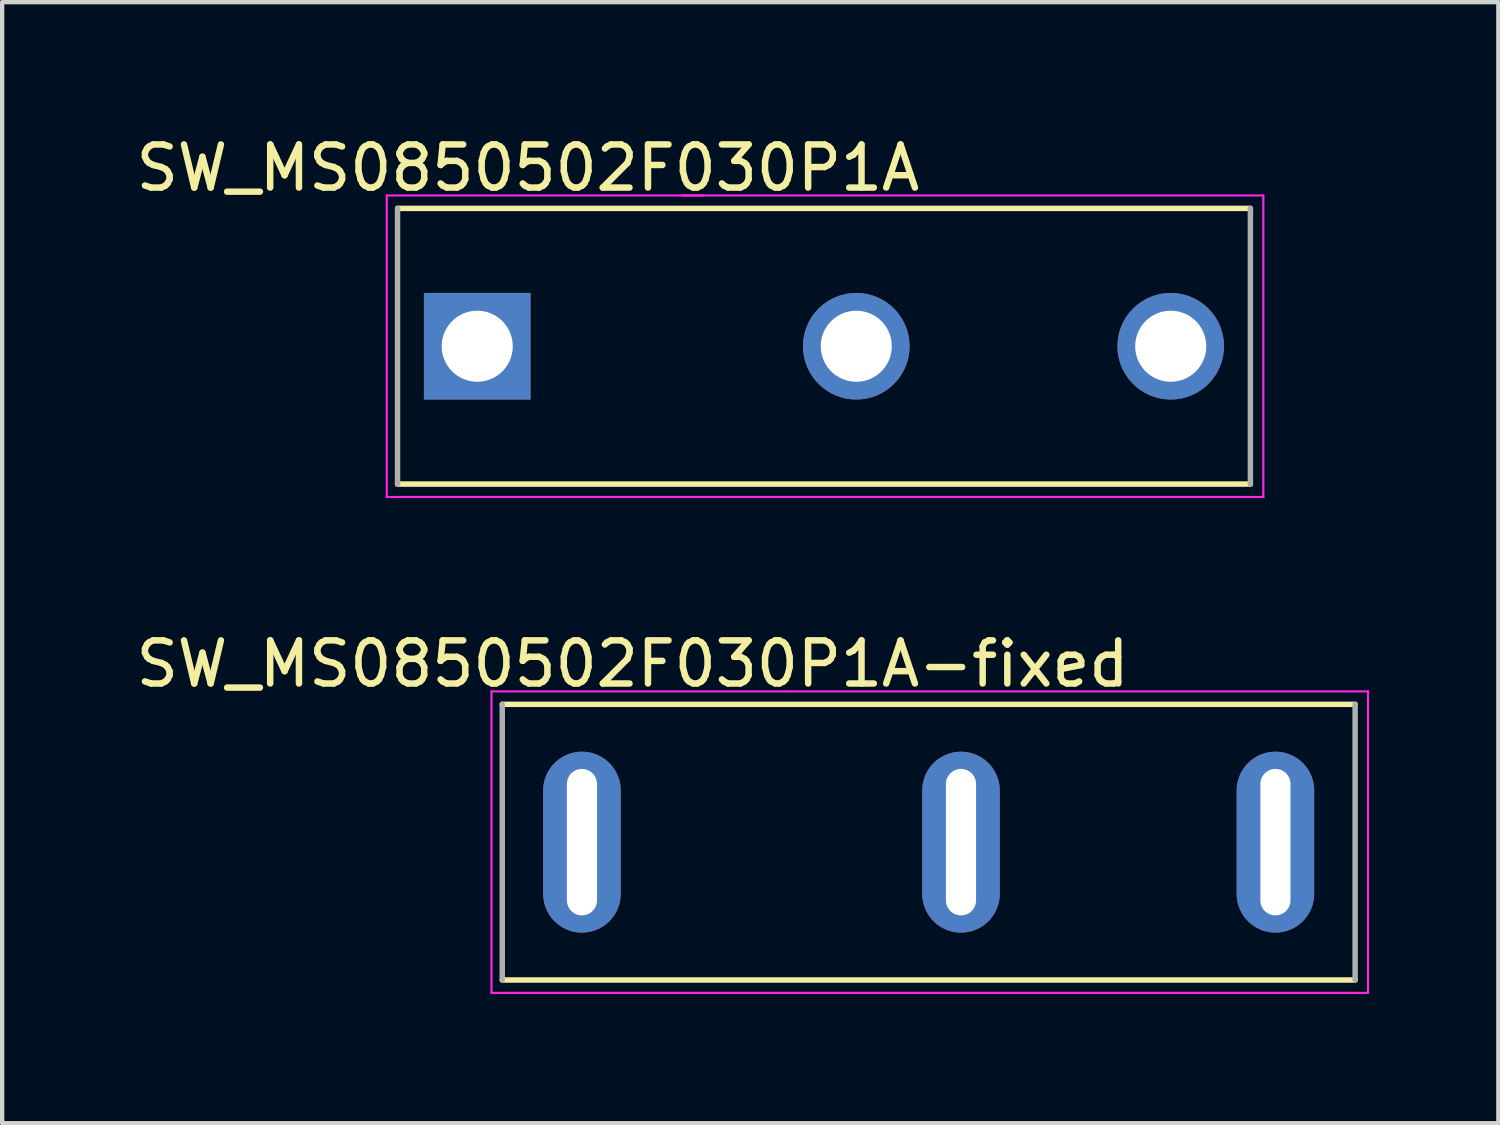
<source format=kicad_pcb>
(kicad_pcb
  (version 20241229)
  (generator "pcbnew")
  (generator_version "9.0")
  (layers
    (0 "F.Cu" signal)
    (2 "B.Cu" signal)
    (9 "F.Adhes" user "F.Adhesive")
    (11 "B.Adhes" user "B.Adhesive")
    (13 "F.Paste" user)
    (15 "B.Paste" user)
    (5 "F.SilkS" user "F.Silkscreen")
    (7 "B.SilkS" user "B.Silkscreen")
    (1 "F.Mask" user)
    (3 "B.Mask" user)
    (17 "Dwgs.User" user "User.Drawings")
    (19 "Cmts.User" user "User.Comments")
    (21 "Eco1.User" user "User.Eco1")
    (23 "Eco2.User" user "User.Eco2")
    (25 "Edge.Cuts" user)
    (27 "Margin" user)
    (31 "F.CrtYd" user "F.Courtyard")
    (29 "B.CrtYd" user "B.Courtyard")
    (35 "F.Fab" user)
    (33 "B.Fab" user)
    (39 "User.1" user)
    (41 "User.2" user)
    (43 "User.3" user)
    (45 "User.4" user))
  (footprint "SW_MS0850502F030P1A-fixed"
    (layer "F.Cu")
    (at 10.46 16.501)
    (property "Reference" "SW_MS0850502F030P1A-fixed" (at 1.176 -4.139 180) (layer "F.SilkS") (effects (font (size 1.001 1.001) (thickness 0.15))))
    (attr through_hole)
    (fp_line (start -1.85 -3.2) (end 17.95 -3.2) (stroke (width 0.127) (type solid)) (layer "F.SilkS"))
    (fp_line (start 17.95 3.2) (end -1.85 3.2) (stroke (width 0.127) (type solid)) (layer "F.SilkS"))
    (fp_line (start -2.1 -3.5) (end -2.1 3.5) (stroke (width 0.05) (type solid)) (layer "F.CrtYd"))
    (fp_line (start -2.1 3.5) (end 18.25 3.5) (stroke (width 0.05) (type solid)) (layer "F.CrtYd"))
    (fp_line (start 4.75 -3.5) (end -2.1 -3.5) (stroke (width 0.05) (type solid)) (layer "F.CrtYd"))
    (fp_line (start 18.25 -3.5) (end 4.75 -3.5) (stroke (width 0.05) (type solid)) (layer "F.CrtYd"))
    (fp_line (start 18.25 3.5) (end 18.25 -3.5) (stroke (width 0.05) (type solid)) (layer "F.CrtYd"))
    (fp_line (start -1.85 3.2) (end -1.85 -3.2) (stroke (width 0.127) (type solid)) (layer "F.Fab"))
    (fp_line (start 17.95 -3.2) (end 17.95 3.2) (stroke (width 0.127) (type solid)) (layer "F.Fab"))
    (pad "1" thru_hole oval (at 0 0) (size 1.8 4.2) (drill oval 0.7 3.4) (layers "*.Cu" "*.Mask"))
    (pad "2" thru_hole oval (at 16.1 0) (size 1.8 4.2) (drill oval 0.7 3.4) (layers "*.Cu" "*.Mask"))
    (pad "3" thru_hole oval (at 8.8 0) (size 1.8 4.2) (drill oval 0.7 3.4) (layers "*.Cu" "*.Mask")))
  (footprint "SW_MS0850502F030P1A"
    (layer "F.Cu")
    (at 8.029 4.988)
    (property "Reference" "SW_MS0850502F030P1A" (at 1.176 -4.139 0) (layer "F.SilkS") (effects (font (size 1.001 1.001) (thickness 0.15))))
    (attr through_hole)
    (fp_line (start -1.85 -3.2) (end 17.95 -3.2) (stroke (width 0.127) (type solid)) (layer "F.SilkS"))
    (fp_line (start 17.95 3.2) (end -1.85 3.2) (stroke (width 0.127) (type solid)) (layer "F.SilkS"))
    (fp_line (start -2.1 -3.5) (end -2.1 3.5) (stroke (width 0.05) (type solid)) (layer "F.CrtYd"))
    (fp_line (start -2.1 3.5) (end 18.25 3.5) (stroke (width 0.05) (type solid)) (layer "F.CrtYd"))
    (fp_line (start 5.25 -3.5) (end -2.1 -3.5) (stroke (width 0.05) (type solid)) (layer "F.CrtYd"))
    (fp_line (start 18.25 -3.5) (end 4.75 -3.5) (stroke (width 0.05) (type solid)) (layer "F.CrtYd"))
    (fp_line (start 18.25 3.5) (end 18.25 -3.5) (stroke (width 0.05) (type solid)) (layer "F.CrtYd"))
    (fp_line (start -1.85 3.2) (end -1.85 -3.2) (stroke (width 0.127) (type solid)) (layer "F.Fab"))
    (fp_line (start 17.95 -3.2) (end 17.95 3.2) (stroke (width 0.127) (type solid)) (layer "F.Fab"))
    (pad "1" thru_hole rect (at 0 0) (size 2.475 2.475) (drill 1.65) (layers "*.Cu" "*.Mask"))
    (pad "2" thru_hole circle (at 16.1 0) (size 2.475 2.475) (drill 1.65) (layers "*.Cu" "*.Mask"))
    (pad "3" thru_hole circle (at 8.8 0) (size 2.475 2.475) (drill 1.65) (layers "*.Cu" "*.Mask")))
  (gr_rect
    (start -3 -3)
    (end 31.735 23.026)
    (stroke (width 0.1) (type default))
    (fill no)
    (layer "Edge.Cuts")))
</source>
